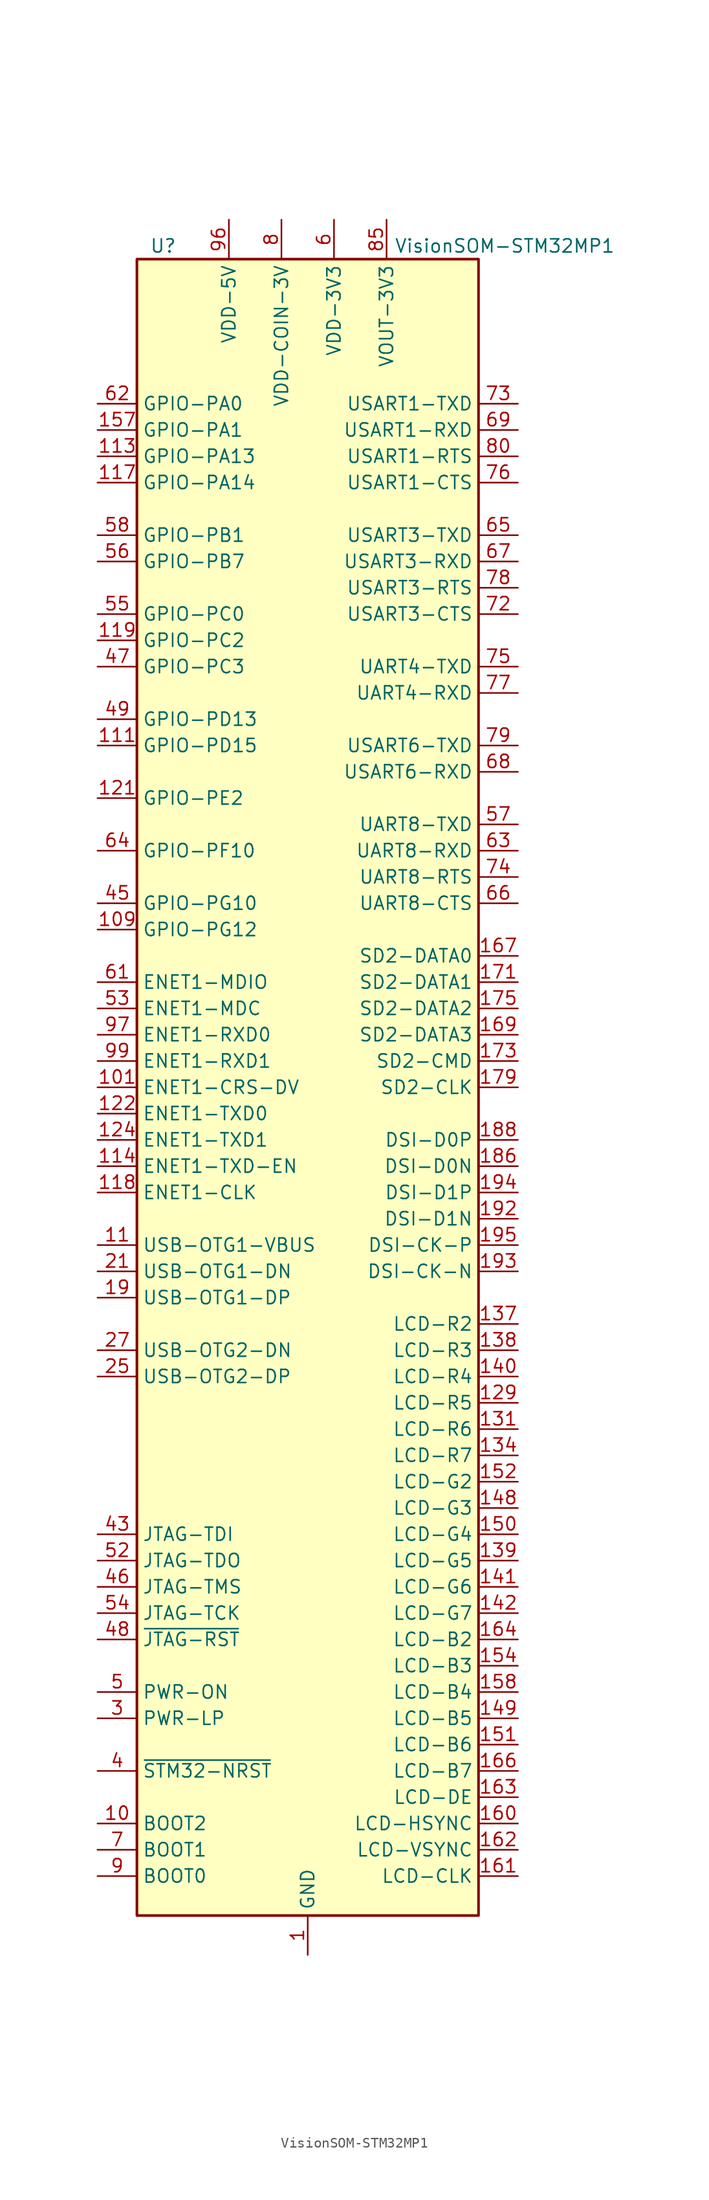
<source format=kicad_sym>
(kicad_symbol_lib
  (version 20211014)
  (generator kicad_symbol_editor)
  (symbol "VisionSOM-STM32MP1"
    (property "Reference" "U"
      (at -13.97 81.28 0)
      (effects (font (size 1.27 1.27))))
    (property "Value" "VisionSOM-STM32MP1"
      (at 19.05 81.28 0)
      (effects (font (size 1.27 1.27))))
    (symbol "VisionSOM-STM32MP1_0_1"
      (rectangle (start -16.51 80.01) (end 16.51 -80.01) (stroke (width 0.254) (type default) (color 0 0 0 0)) (fill (type background))))
    (symbol "VisionSOM-STM32MP1_1_1"
      (pin power_in line (at 0 -83.82 90) (length 3.81) (name "GND" (effects (font (size 1.27 1.27)))) (number "1" (effects (font (size 1.27 1.27)))))
      (pin input line (at -20.32 -71.12 0) (length 3.81) (name "BOOT2" (effects (font (size 1.27 1.27)))) (number "10" (effects (font (size 1.27 1.27)))))
      (pin passive line (at -7.62 83.82 270) (length 3.81) hide (name "VDD-5V" (effects (font (size 1.27 1.27)))) (number "100" (effects (font (size 1.27 1.27)))))
      (pin bidirectional line (at -20.32 0 0) (length 3.81) (name "ENET1-CRS-DV" (effects (font (size 1.27 1.27)))) (number "101" (effects (font (size 1.27 1.27)))))
      (pin passive line (at -7.62 83.82 270) (length 3.81) hide (name "VDD-5V" (effects (font (size 1.27 1.27)))) (number "102" (effects (font (size 1.27 1.27)))))
      (pin passive line (at 0 -83.82 90) (length 3.81) hide (name "GND" (effects (font (size 1.27 1.27)))) (number "103" (effects (font (size 1.27 1.27)))))
      (pin passive line (at -7.62 83.82 270) (length 3.81) hide (name "VDD-5V" (effects (font (size 1.27 1.27)))) (number "104" (effects (font (size 1.27 1.27)))))
      (pin no_connect line (at 15.24 73.66 180) (length 3.81) hide (name "NC" (effects (font (size 1.27 1.27)))) (number "105" (effects (font (size 1.27 1.27)))))
      (pin passive line (at -7.62 83.82 270) (length 3.81) hide (name "VDD-5V" (effects (font (size 1.27 1.27)))) (number "106" (effects (font (size 1.27 1.27)))))
      (pin passive line (at 0 -83.82 90) (length 3.81) hide (name "GND" (effects (font (size 1.27 1.27)))) (number "107" (effects (font (size 1.27 1.27)))))
      (pin passive line (at -7.62 83.82 270) (length 3.81) hide (name "VDD-5V" (effects (font (size 1.27 1.27)))) (number "108" (effects (font (size 1.27 1.27)))))
      (pin bidirectional line (at -20.32 15.24 0) (length 3.81) (name "GPIO-PG12" (effects (font (size 1.27 1.27)))) (number "109" (effects (font (size 1.27 1.27)))))
      (pin input line (at -20.32 -15.24 0) (length 3.81) (name "USB-OTG1-VBUS" (effects (font (size 1.27 1.27)))) (number "11" (effects (font (size 1.27 1.27)))))
      (pin passive line (at -7.62 83.82 270) (length 3.81) hide (name "VDD-5V" (effects (font (size 1.27 1.27)))) (number "110" (effects (font (size 1.27 1.27)))))
      (pin bidirectional line (at -20.32 33.02 0) (length 3.81) (name "GPIO-PD15" (effects (font (size 1.27 1.27)))) (number "111" (effects (font (size 1.27 1.27)))))
      (pin passive line (at -7.62 83.82 270) (length 3.81) hide (name "VDD-5V" (effects (font (size 1.27 1.27)))) (number "112" (effects (font (size 1.27 1.27)))))
      (pin bidirectional line (at -20.32 60.96 0) (length 3.81) (name "GPIO-PA13" (effects (font (size 1.27 1.27)))) (number "113" (effects (font (size 1.27 1.27)))))
      (pin bidirectional line (at -20.32 -7.62 0) (length 3.81) (name "ENET1-TXD-EN" (effects (font (size 1.27 1.27)))) (number "114" (effects (font (size 1.27 1.27)))))
      (pin passive line (at 0 -83.82 90) (length 3.81) hide (name "GND" (effects (font (size 1.27 1.27)))) (number "115" (effects (font (size 1.27 1.27)))))
      (pin passive line (at 0 -83.82 90) (length 3.81) hide (name "GND" (effects (font (size 1.27 1.27)))) (number "116" (effects (font (size 1.27 1.27)))))
      (pin bidirectional line (at -20.32 58.42 0) (length 3.81) (name "GPIO-PA14" (effects (font (size 1.27 1.27)))) (number "117" (effects (font (size 1.27 1.27)))))
      (pin bidirectional line (at -20.32 -10.16 0) (length 3.81) (name "ENET1-CLK" (effects (font (size 1.27 1.27)))) (number "118" (effects (font (size 1.27 1.27)))))
      (pin bidirectional line (at -20.32 43.18 0) (length 3.81) (name "GPIO-PC2" (effects (font (size 1.27 1.27)))) (number "119" (effects (font (size 1.27 1.27)))))
      (pin no_connect line (at -15.24 73.66 0) (length 3.81) hide (name "NC" (effects (font (size 1.27 1.27)))) (number "12" (effects (font (size 1.27 1.27)))))
      (pin passive line (at 0 -83.82 90) (length 3.81) hide (name "GND" (effects (font (size 1.27 1.27)))) (number "120" (effects (font (size 1.27 1.27)))))
      (pin bidirectional line (at -20.32 27.94 0) (length 3.81) (name "GPIO-PE2" (effects (font (size 1.27 1.27)))) (number "121" (effects (font (size 1.27 1.27)))))
      (pin bidirectional line (at -20.32 -2.54 0) (length 3.81) (name "ENET1-TXD0" (effects (font (size 1.27 1.27)))) (number "122" (effects (font (size 1.27 1.27)))))
      (pin no_connect line (at 15.24 71.12 180) (length 3.81) hide (name "NC" (effects (font (size 1.27 1.27)))) (number "123" (effects (font (size 1.27 1.27)))))
      (pin bidirectional line (at -20.32 -5.08 0) (length 3.81) (name "ENET1-TXD1" (effects (font (size 1.27 1.27)))) (number "124" (effects (font (size 1.27 1.27)))))
      (pin passive line (at 0 -83.82 90) (length 3.81) hide (name "GND" (effects (font (size 1.27 1.27)))) (number "125" (effects (font (size 1.27 1.27)))))
      (pin no_connect line (at 15.24 68.58 180) (length 3.81) hide (name "NC" (effects (font (size 1.27 1.27)))) (number "126" (effects (font (size 1.27 1.27)))))
      (pin passive line (at 0 -83.82 90) (length 3.81) hide (name "GND" (effects (font (size 1.27 1.27)))) (number "127" (effects (font (size 1.27 1.27)))))
      (pin passive line (at 0 -83.82 90) (length 3.81) hide (name "GND" (effects (font (size 1.27 1.27)))) (number "128" (effects (font (size 1.27 1.27)))))
      (pin bidirectional line (at 20.32 -30.48 180) (length 3.81) (name "LCD-R5" (effects (font (size 1.27 1.27)))) (number "129" (effects (font (size 1.27 1.27)))))
      (pin no_connect line (at -15.24 71.12 0) (length 3.81) hide (name "NC" (effects (font (size 1.27 1.27)))) (number "13" (effects (font (size 1.27 1.27)))))
      (pin passive line (at 0 -83.82 90) (length 3.81) hide (name "GND" (effects (font (size 1.27 1.27)))) (number "130" (effects (font (size 1.27 1.27)))))
      (pin bidirectional line (at 20.32 -33.02 180) (length 3.81) (name "LCD-R6" (effects (font (size 1.27 1.27)))) (number "131" (effects (font (size 1.27 1.27)))))
      (pin passive line (at 0 -83.82 90) (length 3.81) hide (name "GND" (effects (font (size 1.27 1.27)))) (number "132" (effects (font (size 1.27 1.27)))))
      (pin passive line (at 0 -83.82 90) (length 3.81) hide (name "GND" (effects (font (size 1.27 1.27)))) (number "133" (effects (font (size 1.27 1.27)))))
      (pin bidirectional line (at 20.32 -35.56 180) (length 3.81) (name "LCD-R7" (effects (font (size 1.27 1.27)))) (number "134" (effects (font (size 1.27 1.27)))))
      (pin passive line (at 0 -83.82 90) (length 3.81) hide (name "GND" (effects (font (size 1.27 1.27)))) (number "135" (effects (font (size 1.27 1.27)))))
      (pin passive line (at 0 -83.82 90) (length 3.81) hide (name "GND" (effects (font (size 1.27 1.27)))) (number "136" (effects (font (size 1.27 1.27)))))
      (pin bidirectional line (at 20.32 -22.86 180) (length 3.81) (name "LCD-R2" (effects (font (size 1.27 1.27)))) (number "137" (effects (font (size 1.27 1.27)))))
      (pin bidirectional line (at 20.32 -25.4 180) (length 3.81) (name "LCD-R3" (effects (font (size 1.27 1.27)))) (number "138" (effects (font (size 1.27 1.27)))))
      (pin bidirectional line (at 20.32 -45.72 180) (length 3.81) (name "LCD-G5" (effects (font (size 1.27 1.27)))) (number "139" (effects (font (size 1.27 1.27)))))
      (pin no_connect line (at -15.24 68.58 0) (length 3.81) hide (name "NC" (effects (font (size 1.27 1.27)))) (number "14" (effects (font (size 1.27 1.27)))))
      (pin bidirectional line (at 20.32 -27.94 180) (length 3.81) (name "LCD-R4" (effects (font (size 1.27 1.27)))) (number "140" (effects (font (size 1.27 1.27)))))
      (pin bidirectional line (at 20.32 -48.26 180) (length 3.81) (name "LCD-G6" (effects (font (size 1.27 1.27)))) (number "141" (effects (font (size 1.27 1.27)))))
      (pin bidirectional line (at 20.32 -50.8 180) (length 3.81) (name "LCD-G7" (effects (font (size 1.27 1.27)))) (number "142" (effects (font (size 1.27 1.27)))))
      (pin passive line (at 0 -83.82 90) (length 3.81) hide (name "GND" (effects (font (size 1.27 1.27)))) (number "143" (effects (font (size 1.27 1.27)))))
      (pin passive line (at 0 -83.82 90) (length 3.81) hide (name "GND" (effects (font (size 1.27 1.27)))) (number "144" (effects (font (size 1.27 1.27)))))
      (pin passive line (at 0 -83.82 90) (length 3.81) hide (name "GND" (effects (font (size 1.27 1.27)))) (number "145" (effects (font (size 1.27 1.27)))))
      (pin passive line (at 0 -83.82 90) (length 3.81) hide (name "GND" (effects (font (size 1.27 1.27)))) (number "146" (effects (font (size 1.27 1.27)))))
      (pin passive line (at 0 -83.82 90) (length 3.81) hide (name "GND" (effects (font (size 1.27 1.27)))) (number "147" (effects (font (size 1.27 1.27)))))
      (pin bidirectional line (at 20.32 -40.64 180) (length 3.81) (name "LCD-G3" (effects (font (size 1.27 1.27)))) (number "148" (effects (font (size 1.27 1.27)))))
      (pin bidirectional line (at 20.32 -60.96 180) (length 3.81) (name "LCD-B5" (effects (font (size 1.27 1.27)))) (number "149" (effects (font (size 1.27 1.27)))))
      (pin passive line (at 0 -83.82 90) (length 3.81) hide (name "GND" (effects (font (size 1.27 1.27)))) (number "15" (effects (font (size 1.27 1.27)))))
      (pin bidirectional line (at 20.32 -43.18 180) (length 3.81) (name "LCD-G4" (effects (font (size 1.27 1.27)))) (number "150" (effects (font (size 1.27 1.27)))))
      (pin bidirectional line (at 20.32 -63.5 180) (length 3.81) (name "LCD-B6" (effects (font (size 1.27 1.27)))) (number "151" (effects (font (size 1.27 1.27)))))
      (pin bidirectional line (at 20.32 -38.1 180) (length 3.81) (name "LCD-G2" (effects (font (size 1.27 1.27)))) (number "152" (effects (font (size 1.27 1.27)))))
      (pin passive line (at 0 -83.82 90) (length 3.81) hide (name "GND" (effects (font (size 1.27 1.27)))) (number "153" (effects (font (size 1.27 1.27)))))
      (pin bidirectional line (at 20.32 -55.88 180) (length 3.81) (name "LCD-B3" (effects (font (size 1.27 1.27)))) (number "154" (effects (font (size 1.27 1.27)))))
      (pin passive line (at 0 -83.82 90) (length 3.81) hide (name "GND" (effects (font (size 1.27 1.27)))) (number "155" (effects (font (size 1.27 1.27)))))
      (pin passive line (at 0 -83.82 90) (length 3.81) hide (name "GND" (effects (font (size 1.27 1.27)))) (number "156" (effects (font (size 1.27 1.27)))))
      (pin bidirectional line (at -20.32 63.5 0) (length 3.81) (name "GPIO-PA1" (effects (font (size 1.27 1.27)))) (number "157" (effects (font (size 1.27 1.27)))))
      (pin bidirectional line (at 20.32 -58.42 180) (length 3.81) (name "LCD-B4" (effects (font (size 1.27 1.27)))) (number "158" (effects (font (size 1.27 1.27)))))
      (pin passive line (at 0 -83.82 90) (length 3.81) hide (name "GND" (effects (font (size 1.27 1.27)))) (number "159" (effects (font (size 1.27 1.27)))))
      (pin no_connect line (at -15.24 55.88 0) (length 3.81) hide (name "NC" (effects (font (size 1.27 1.27)))) (number "16" (effects (font (size 1.27 1.27)))))
      (pin bidirectional line (at 20.32 -71.12 180) (length 3.81) (name "LCD-HSYNC" (effects (font (size 1.27 1.27)))) (number "160" (effects (font (size 1.27 1.27)))))
      (pin bidirectional line (at 20.32 -76.2 180) (length 3.81) (name "LCD-CLK" (effects (font (size 1.27 1.27)))) (number "161" (effects (font (size 1.27 1.27)))))
      (pin bidirectional line (at 20.32 -73.66 180) (length 3.81) (name "LCD-VSYNC" (effects (font (size 1.27 1.27)))) (number "162" (effects (font (size 1.27 1.27)))))
      (pin bidirectional line (at 20.32 -68.58 180) (length 3.81) (name "LCD-DE" (effects (font (size 1.27 1.27)))) (number "163" (effects (font (size 1.27 1.27)))))
      (pin bidirectional line (at 20.32 -53.34 180) (length 3.81) (name "LCD-B2" (effects (font (size 1.27 1.27)))) (number "164" (effects (font (size 1.27 1.27)))))
      (pin passive line (at 0 -83.82 90) (length 3.81) hide (name "GND" (effects (font (size 1.27 1.27)))) (number "165" (effects (font (size 1.27 1.27)))))
      (pin bidirectional line (at 20.32 -66.04 180) (length 3.81) (name "LCD-B7" (effects (font (size 1.27 1.27)))) (number "166" (effects (font (size 1.27 1.27)))))
      (pin bidirectional line (at 20.32 12.7 180) (length 3.81) (name "SD2-DATA0" (effects (font (size 1.27 1.27)))) (number "167" (effects (font (size 1.27 1.27)))))
      (pin passive line (at 0 -83.82 90) (length 3.81) hide (name "GND" (effects (font (size 1.27 1.27)))) (number "168" (effects (font (size 1.27 1.27)))))
      (pin bidirectional line (at 20.32 5.08 180) (length 3.81) (name "SD2-DATA3" (effects (font (size 1.27 1.27)))) (number "169" (effects (font (size 1.27 1.27)))))
      (pin passive line (at 0 -83.82 90) (length 3.81) hide (name "GND" (effects (font (size 1.27 1.27)))) (number "17" (effects (font (size 1.27 1.27)))))
      (pin passive line (at 0 -83.82 90) (length 3.81) hide (name "GND" (effects (font (size 1.27 1.27)))) (number "170" (effects (font (size 1.27 1.27)))))
      (pin bidirectional line (at 20.32 10.16 180) (length 3.81) (name "SD2-DATA1" (effects (font (size 1.27 1.27)))) (number "171" (effects (font (size 1.27 1.27)))))
      (pin passive line (at 0 -83.82 90) (length 3.81) hide (name "GND" (effects (font (size 1.27 1.27)))) (number "172" (effects (font (size 1.27 1.27)))))
      (pin bidirectional line (at 20.32 2.54 180) (length 3.81) (name "SD2-CMD" (effects (font (size 1.27 1.27)))) (number "173" (effects (font (size 1.27 1.27)))))
      (pin passive line (at 0 -83.82 90) (length 3.81) hide (name "GND" (effects (font (size 1.27 1.27)))) (number "174" (effects (font (size 1.27 1.27)))))
      (pin bidirectional line (at 20.32 7.62 180) (length 3.81) (name "SD2-DATA2" (effects (font (size 1.27 1.27)))) (number "175" (effects (font (size 1.27 1.27)))))
      (pin passive line (at 0 -83.82 90) (length 3.81) hide (name "GND" (effects (font (size 1.27 1.27)))) (number "176" (effects (font (size 1.27 1.27)))))
      (pin passive line (at 0 -83.82 90) (length 3.81) hide (name "GND" (effects (font (size 1.27 1.27)))) (number "177" (effects (font (size 1.27 1.27)))))
      (pin passive line (at 0 -83.82 90) (length 3.81) hide (name "GND" (effects (font (size 1.27 1.27)))) (number "178" (effects (font (size 1.27 1.27)))))
      (pin bidirectional line (at 20.32 0 180) (length 3.81) (name "SD2-CLK" (effects (font (size 1.27 1.27)))) (number "179" (effects (font (size 1.27 1.27)))))
      (pin no_connect line (at -15.24 48.26 0) (length 3.81) hide (name "NC" (effects (font (size 1.27 1.27)))) (number "18" (effects (font (size 1.27 1.27)))))
      (pin passive line (at 0 -83.82 90) (length 3.81) hide (name "GND" (effects (font (size 1.27 1.27)))) (number "180" (effects (font (size 1.27 1.27)))))
      (pin passive line (at 0 -83.82 90) (length 3.81) hide (name "GND" (effects (font (size 1.27 1.27)))) (number "181" (effects (font (size 1.27 1.27)))))
      (pin passive line (at 0 -83.82 90) (length 3.81) hide (name "GND" (effects (font (size 1.27 1.27)))) (number "182" (effects (font (size 1.27 1.27)))))
      (pin no_connect line (at 15.24 55.88 180) (length 3.81) hide (name "NC" (effects (font (size 1.27 1.27)))) (number "183" (effects (font (size 1.27 1.27)))))
      (pin passive line (at 0 -83.82 90) (length 3.81) hide (name "GND" (effects (font (size 1.27 1.27)))) (number "184" (effects (font (size 1.27 1.27)))))
      (pin passive line (at 0 -83.82 90) (length 3.81) hide (name "GND" (effects (font (size 1.27 1.27)))) (number "185" (effects (font (size 1.27 1.27)))))
      (pin bidirectional line (at 20.32 -7.62 180) (length 3.81) (name "DSI-D0N" (effects (font (size 1.27 1.27)))) (number "186" (effects (font (size 1.27 1.27)))))
      (pin no_connect line (at 15.24 43.18 180) (length 3.81) hide (name "NC" (effects (font (size 1.27 1.27)))) (number "187" (effects (font (size 1.27 1.27)))))
      (pin bidirectional line (at 20.32 -5.08 180) (length 3.81) (name "DSI-D0P" (effects (font (size 1.27 1.27)))) (number "188" (effects (font (size 1.27 1.27)))))
      (pin passive line (at 0 -83.82 90) (length 3.81) hide (name "GND" (effects (font (size 1.27 1.27)))) (number "189" (effects (font (size 1.27 1.27)))))
      (pin bidirectional line (at -20.32 -20.32 0) (length 3.81) (name "USB-OTG1-DP" (effects (font (size 1.27 1.27)))) (number "19" (effects (font (size 1.27 1.27)))))
      (pin no_connect line (at 15.24 35.56 180) (length 3.81) hide (name "NC" (effects (font (size 1.27 1.27)))) (number "190" (effects (font (size 1.27 1.27)))))
      (pin no_connect line (at 15.24 27.94 180) (length 3.81) hide (name "NC" (effects (font (size 1.27 1.27)))) (number "191" (effects (font (size 1.27 1.27)))))
      (pin bidirectional line (at 20.32 -12.7 180) (length 3.81) (name "DSI-D1N" (effects (font (size 1.27 1.27)))) (number "192" (effects (font (size 1.27 1.27)))))
      (pin bidirectional line (at 20.32 -17.78 180) (length 3.81) (name "DSI-CK-N" (effects (font (size 1.27 1.27)))) (number "193" (effects (font (size 1.27 1.27)))))
      (pin bidirectional line (at 20.32 -10.16 180) (length 3.81) (name "DSI-D1P" (effects (font (size 1.27 1.27)))) (number "194" (effects (font (size 1.27 1.27)))))
      (pin bidirectional line (at 20.32 -15.24 180) (length 3.81) (name "DSI-CK-P" (effects (font (size 1.27 1.27)))) (number "195" (effects (font (size 1.27 1.27)))))
      (pin no_connect line (at 15.24 15.24 180) (length 3.81) hide (name "NC" (effects (font (size 1.27 1.27)))) (number "196" (effects (font (size 1.27 1.27)))))
      (pin no_connect line (at 15.24 -2.54 180) (length 3.81) hide (name "NC" (effects (font (size 1.27 1.27)))) (number "197" (effects (font (size 1.27 1.27)))))
      (pin no_connect line (at 15.24 -20.32 180) (length 3.81) hide (name "NC" (effects (font (size 1.27 1.27)))) (number "198" (effects (font (size 1.27 1.27)))))
      (pin passive line (at 0 -83.82 90) (length 3.81) hide (name "GND" (effects (font (size 1.27 1.27)))) (number "199" (effects (font (size 1.27 1.27)))))
      (pin passive line (at 0 -83.82 90) (length 3.81) hide (name "GND" (effects (font (size 1.27 1.27)))) (number "2" (effects (font (size 1.27 1.27)))))
      (pin passive line (at 0 -83.82 90) (length 3.81) hide (name "GND" (effects (font (size 1.27 1.27)))) (number "20" (effects (font (size 1.27 1.27)))))
      (pin passive line (at 0 -83.82 90) (length 3.81) hide (name "GND" (effects (font (size 1.27 1.27)))) (number "200" (effects (font (size 1.27 1.27)))))
      (pin bidirectional line (at -20.32 -17.78 0) (length 3.81) (name "USB-OTG1-DN" (effects (font (size 1.27 1.27)))) (number "21" (effects (font (size 1.27 1.27)))))
      (pin passive line (at 0 -83.82 90) (length 3.81) hide (name "GND" (effects (font (size 1.27 1.27)))) (number "22" (effects (font (size 1.27 1.27)))))
      (pin passive line (at 0 -83.82 90) (length 3.81) hide (name "GND" (effects (font (size 1.27 1.27)))) (number "23" (effects (font (size 1.27 1.27)))))
      (pin no_connect line (at -15.24 38.1 0) (length 3.81) hide (name "NC" (effects (font (size 1.27 1.27)))) (number "24" (effects (font (size 1.27 1.27)))))
      (pin bidirectional line (at -20.32 -27.94 0) (length 3.81) (name "USB-OTG2-DP" (effects (font (size 1.27 1.27)))) (number "25" (effects (font (size 1.27 1.27)))))
      (pin passive line (at 0 -83.82 90) (length 3.81) hide (name "GND" (effects (font (size 1.27 1.27)))) (number "26" (effects (font (size 1.27 1.27)))))
      (pin bidirectional line (at -20.32 -25.4 0) (length 3.81) (name "USB-OTG2-DN" (effects (font (size 1.27 1.27)))) (number "27" (effects (font (size 1.27 1.27)))))
      (pin passive line (at 0 -83.82 90) (length 3.81) hide (name "GND" (effects (font (size 1.27 1.27)))) (number "28" (effects (font (size 1.27 1.27)))))
      (pin passive line (at 0 -83.82 90) (length 3.81) hide (name "GND" (effects (font (size 1.27 1.27)))) (number "29" (effects (font (size 1.27 1.27)))))
      (pin output line (at -20.32 -60.96 0) (length 3.81) (name "PWR-LP" (effects (font (size 1.27 1.27)))) (number "3" (effects (font (size 1.27 1.27)))))
      (pin no_connect line (at -15.24 30.48 0) (length 3.81) hide (name "NC" (effects (font (size 1.27 1.27)))) (number "30" (effects (font (size 1.27 1.27)))))
      (pin no_connect line (at -15.24 25.4 0) (length 3.81) hide (name "NC" (effects (font (size 1.27 1.27)))) (number "31" (effects (font (size 1.27 1.27)))))
      (pin no_connect line (at -15.24 20.32 0) (length 3.81) hide (name "NC" (effects (font (size 1.27 1.27)))) (number "32" (effects (font (size 1.27 1.27)))))
      (pin no_connect line (at -15.24 12.7 0) (length 3.81) hide (name "NC" (effects (font (size 1.27 1.27)))) (number "33" (effects (font (size 1.27 1.27)))))
      (pin no_connect line (at -15.24 -12.7 0) (length 3.81) hide (name "NC" (effects (font (size 1.27 1.27)))) (number "34" (effects (font (size 1.27 1.27)))))
      (pin passive line (at 0 -83.82 90) (length 3.81) hide (name "GND" (effects (font (size 1.27 1.27)))) (number "35" (effects (font (size 1.27 1.27)))))
      (pin no_connect line (at -15.24 -22.86 0) (length 3.81) hide (name "NC" (effects (font (size 1.27 1.27)))) (number "36" (effects (font (size 1.27 1.27)))))
      (pin no_connect line (at -15.24 -30.48 0) (length 3.81) hide (name "NC" (effects (font (size 1.27 1.27)))) (number "37" (effects (font (size 1.27 1.27)))))
      (pin passive line (at 0 -83.82 90) (length 3.81) hide (name "GND" (effects (font (size 1.27 1.27)))) (number "38" (effects (font (size 1.27 1.27)))))
      (pin no_connect line (at -15.24 -33.02 0) (length 3.81) hide (name "NC" (effects (font (size 1.27 1.27)))) (number "39" (effects (font (size 1.27 1.27)))))
      (pin input line (at -20.32 -66.04 0) (length 3.81) (name "~{STM32-NRST}" (effects (font (size 1.27 1.27)))) (number "4" (effects (font (size 1.27 1.27)))))
      (pin passive line (at 0 -83.82 90) (length 3.81) hide (name "GND" (effects (font (size 1.27 1.27)))) (number "40" (effects (font (size 1.27 1.27)))))
      (pin passive line (at 0 -83.82 90) (length 3.81) hide (name "GND" (effects (font (size 1.27 1.27)))) (number "41" (effects (font (size 1.27 1.27)))))
      (pin no_connect line (at -15.24 -35.56 0) (length 3.81) hide (name "NC" (effects (font (size 1.27 1.27)))) (number "42" (effects (font (size 1.27 1.27)))))
      (pin bidirectional line (at -20.32 -43.18 0) (length 3.81) (name "JTAG-TDI" (effects (font (size 1.27 1.27)))) (number "43" (effects (font (size 1.27 1.27)))))
      (pin no_connect line (at -15.24 -38.1 0) (length 3.81) hide (name "NC" (effects (font (size 1.27 1.27)))) (number "44" (effects (font (size 1.27 1.27)))))
      (pin bidirectional line (at -20.32 17.78 0) (length 3.81) (name "GPIO-PG10" (effects (font (size 1.27 1.27)))) (number "45" (effects (font (size 1.27 1.27)))))
      (pin bidirectional line (at -20.32 -48.26 0) (length 3.81) (name "JTAG-TMS" (effects (font (size 1.27 1.27)))) (number "46" (effects (font (size 1.27 1.27)))))
      (pin bidirectional line (at -20.32 40.64 0) (length 3.81) (name "GPIO-PC3" (effects (font (size 1.27 1.27)))) (number "47" (effects (font (size 1.27 1.27)))))
      (pin bidirectional line (at -20.32 -53.34 0) (length 3.81) (name "~{JTAG-RST}" (effects (font (size 1.27 1.27)))) (number "48" (effects (font (size 1.27 1.27)))))
      (pin bidirectional line (at -20.32 35.56 0) (length 3.81) (name "GPIO-PD13" (effects (font (size 1.27 1.27)))) (number "49" (effects (font (size 1.27 1.27)))))
      (pin output line (at -20.32 -58.42 0) (length 3.81) (name "PWR-ON" (effects (font (size 1.27 1.27)))) (number "5" (effects (font (size 1.27 1.27)))))
      (pin passive line (at 0 -83.82 90) (length 3.81) hide (name "GND" (effects (font (size 1.27 1.27)))) (number "50" (effects (font (size 1.27 1.27)))))
      (pin passive line (at 0 -83.82 90) (length 3.81) hide (name "GND" (effects (font (size 1.27 1.27)))) (number "51" (effects (font (size 1.27 1.27)))))
      (pin bidirectional line (at -20.32 -45.72 0) (length 3.81) (name "JTAG-TDO" (effects (font (size 1.27 1.27)))) (number "52" (effects (font (size 1.27 1.27)))))
      (pin bidirectional line (at -20.32 7.62 0) (length 3.81) (name "ENET1-MDC" (effects (font (size 1.27 1.27)))) (number "53" (effects (font (size 1.27 1.27)))))
      (pin bidirectional line (at -20.32 -50.8 0) (length 3.81) (name "JTAG-TCK" (effects (font (size 1.27 1.27)))) (number "54" (effects (font (size 1.27 1.27)))))
      (pin bidirectional line (at -20.32 45.72 0) (length 3.81) (name "GPIO-PC0" (effects (font (size 1.27 1.27)))) (number "55" (effects (font (size 1.27 1.27)))))
      (pin bidirectional line (at -20.32 50.8 0) (length 3.81) (name "GPIO-PB7" (effects (font (size 1.27 1.27)))) (number "56" (effects (font (size 1.27 1.27)))))
      (pin bidirectional line (at 20.32 25.4 180) (length 3.81) (name "UART8-TXD" (effects (font (size 1.27 1.27)))) (number "57" (effects (font (size 1.27 1.27)))))
      (pin bidirectional line (at -20.32 53.34 0) (length 3.81) (name "GPIO-PB1" (effects (font (size 1.27 1.27)))) (number "58" (effects (font (size 1.27 1.27)))))
      (pin passive line (at 0 -83.82 90) (length 3.81) hide (name "GND" (effects (font (size 1.27 1.27)))) (number "59" (effects (font (size 1.27 1.27)))))
      (pin power_in line (at 2.54 83.82 270) (length 3.81) (name "VDD-3V3" (effects (font (size 1.27 1.27)))) (number "6" (effects (font (size 1.27 1.27)))))
      (pin passive line (at 0 -83.82 90) (length 3.81) hide (name "GND" (effects (font (size 1.27 1.27)))) (number "60" (effects (font (size 1.27 1.27)))))
      (pin bidirectional line (at -20.32 10.16 0) (length 3.81) (name "ENET1-MDIO" (effects (font (size 1.27 1.27)))) (number "61" (effects (font (size 1.27 1.27)))))
      (pin bidirectional line (at -20.32 66.04 0) (length 3.81) (name "GPIO-PA0" (effects (font (size 1.27 1.27)))) (number "62" (effects (font (size 1.27 1.27)))))
      (pin bidirectional line (at 20.32 22.86 180) (length 3.81) (name "UART8-RXD" (effects (font (size 1.27 1.27)))) (number "63" (effects (font (size 1.27 1.27)))))
      (pin bidirectional line (at -20.32 22.86 0) (length 3.81) (name "GPIO-PF10" (effects (font (size 1.27 1.27)))) (number "64" (effects (font (size 1.27 1.27)))))
      (pin bidirectional line (at 20.32 53.34 180) (length 3.81) (name "USART3-TXD" (effects (font (size 1.27 1.27)))) (number "65" (effects (font (size 1.27 1.27)))))
      (pin bidirectional line (at 20.32 17.78 180) (length 3.81) (name "UART8-CTS" (effects (font (size 1.27 1.27)))) (number "66" (effects (font (size 1.27 1.27)))))
      (pin bidirectional line (at 20.32 50.8 180) (length 3.81) (name "USART3-RXD" (effects (font (size 1.27 1.27)))) (number "67" (effects (font (size 1.27 1.27)))))
      (pin bidirectional line (at 20.32 30.48 180) (length 3.81) (name "USART6-RXD" (effects (font (size 1.27 1.27)))) (number "68" (effects (font (size 1.27 1.27)))))
      (pin bidirectional line (at 20.32 63.5 180) (length 3.81) (name "USART1-RXD" (effects (font (size 1.27 1.27)))) (number "69" (effects (font (size 1.27 1.27)))))
      (pin input line (at -20.32 -73.66 0) (length 3.81) (name "BOOT1" (effects (font (size 1.27 1.27)))) (number "7" (effects (font (size 1.27 1.27)))))
      (pin passive line (at 0 -83.82 90) (length 3.81) hide (name "GND" (effects (font (size 1.27 1.27)))) (number "70" (effects (font (size 1.27 1.27)))))
      (pin passive line (at 0 -83.82 90) (length 3.81) hide (name "GND" (effects (font (size 1.27 1.27)))) (number "71" (effects (font (size 1.27 1.27)))))
      (pin bidirectional line (at 20.32 45.72 180) (length 3.81) (name "USART3-CTS" (effects (font (size 1.27 1.27)))) (number "72" (effects (font (size 1.27 1.27)))))
      (pin bidirectional line (at 20.32 66.04 180) (length 3.81) (name "USART1-TXD" (effects (font (size 1.27 1.27)))) (number "73" (effects (font (size 1.27 1.27)))))
      (pin bidirectional line (at 20.32 20.32 180) (length 3.81) (name "UART8-RTS" (effects (font (size 1.27 1.27)))) (number "74" (effects (font (size 1.27 1.27)))))
      (pin bidirectional line (at 20.32 40.64 180) (length 3.81) (name "UART4-TXD" (effects (font (size 1.27 1.27)))) (number "75" (effects (font (size 1.27 1.27)))))
      (pin bidirectional line (at 20.32 58.42 180) (length 3.81) (name "USART1-CTS" (effects (font (size 1.27 1.27)))) (number "76" (effects (font (size 1.27 1.27)))))
      (pin bidirectional line (at 20.32 38.1 180) (length 3.81) (name "UART4-RXD" (effects (font (size 1.27 1.27)))) (number "77" (effects (font (size 1.27 1.27)))))
      (pin bidirectional line (at 20.32 48.26 180) (length 3.81) (name "USART3-RTS" (effects (font (size 1.27 1.27)))) (number "78" (effects (font (size 1.27 1.27)))))
      (pin bidirectional line (at 20.32 33.02 180) (length 3.81) (name "USART6-TXD" (effects (font (size 1.27 1.27)))) (number "79" (effects (font (size 1.27 1.27)))))
      (pin power_in line (at -2.54 83.82 270) (length 3.81) (name "VDD-COIN-3V" (effects (font (size 1.27 1.27)))) (number "8" (effects (font (size 1.27 1.27)))))
      (pin bidirectional line (at 20.32 60.96 180) (length 3.81) (name "USART1-RTS" (effects (font (size 1.27 1.27)))) (number "80" (effects (font (size 1.27 1.27)))))
      (pin passive line (at 0 -83.82 90) (length 3.81) hide (name "GND" (effects (font (size 1.27 1.27)))) (number "81" (effects (font (size 1.27 1.27)))))
      (pin passive line (at 0 -83.82 90) (length 3.81) hide (name "GND" (effects (font (size 1.27 1.27)))) (number "82" (effects (font (size 1.27 1.27)))))
      (pin no_connect line (at -15.24 -40.64 0) (length 3.81) hide (name "NC" (effects (font (size 1.27 1.27)))) (number "83" (effects (font (size 1.27 1.27)))))
      (pin passive line (at 0 -83.82 90) (length 3.81) hide (name "GND" (effects (font (size 1.27 1.27)))) (number "84" (effects (font (size 1.27 1.27)))))
      (pin power_out line (at 7.62 83.82 270) (length 3.81) (name "VOUT-3V3" (effects (font (size 1.27 1.27)))) (number "85" (effects (font (size 1.27 1.27)))))
      (pin no_connect line (at -15.24 -55.88 0) (length 3.81) hide (name "NC" (effects (font (size 1.27 1.27)))) (number "86" (effects (font (size 1.27 1.27)))))
      (pin passive line (at 7.62 83.82 270) (length 3.81) hide (name "VOUT-3V3" (effects (font (size 1.27 1.27)))) (number "87" (effects (font (size 1.27 1.27)))))
      (pin passive line (at 7.62 83.82 270) (length 3.81) hide (name "VOUT-3V3" (effects (font (size 1.27 1.27)))) (number "88" (effects (font (size 1.27 1.27)))))
      (pin passive line (at 7.62 83.82 270) (length 3.81) hide (name "VOUT-3V3" (effects (font (size 1.27 1.27)))) (number "89" (effects (font (size 1.27 1.27)))))
      (pin input line (at -20.32 -76.2 0) (length 3.81) (name "BOOT0" (effects (font (size 1.27 1.27)))) (number "9" (effects (font (size 1.27 1.27)))))
      (pin passive line (at 7.62 83.82 270) (length 3.81) hide (name "VOUT-3V3" (effects (font (size 1.27 1.27)))) (number "90" (effects (font (size 1.27 1.27)))))
      (pin passive line (at 7.62 83.82 270) (length 3.81) hide (name "VOUT-3V3" (effects (font (size 1.27 1.27)))) (number "91" (effects (font (size 1.27 1.27)))))
      (pin passive line (at 7.62 83.82 270) (length 3.81) hide (name "VOUT-3V3" (effects (font (size 1.27 1.27)))) (number "92" (effects (font (size 1.27 1.27)))))
      (pin passive line (at 7.62 83.82 270) (length 3.81) hide (name "VOUT-3V3" (effects (font (size 1.27 1.27)))) (number "93" (effects (font (size 1.27 1.27)))))
      (pin no_connect line (at -15.24 -63.5 0) (length 3.81) hide (name "NC" (effects (font (size 1.27 1.27)))) (number "94" (effects (font (size 1.27 1.27)))))
      (pin no_connect line (at -15.24 -68.58 0) (length 3.81) hide (name "NC" (effects (font (size 1.27 1.27)))) (number "95" (effects (font (size 1.27 1.27)))))
      (pin power_in line (at -7.62 83.82 270) (length 3.81) (name "VDD-5V" (effects (font (size 1.27 1.27)))) (number "96" (effects (font (size 1.27 1.27)))))
      (pin bidirectional line (at -20.32 5.08 0) (length 3.81) (name "ENET1-RXD0" (effects (font (size 1.27 1.27)))) (number "97" (effects (font (size 1.27 1.27)))))
      (pin passive line (at -7.62 83.82 270) (length 3.81) hide (name "VDD-5V" (effects (font (size 1.27 1.27)))) (number "98" (effects (font (size 1.27 1.27)))))
      (pin bidirectional line (at -20.32 2.54 0) (length 3.81) (name "ENET1-RXD1" (effects (font (size 1.27 1.27)))) (number "99" (effects (font (size 1.27 1.27))))))))
</source>
